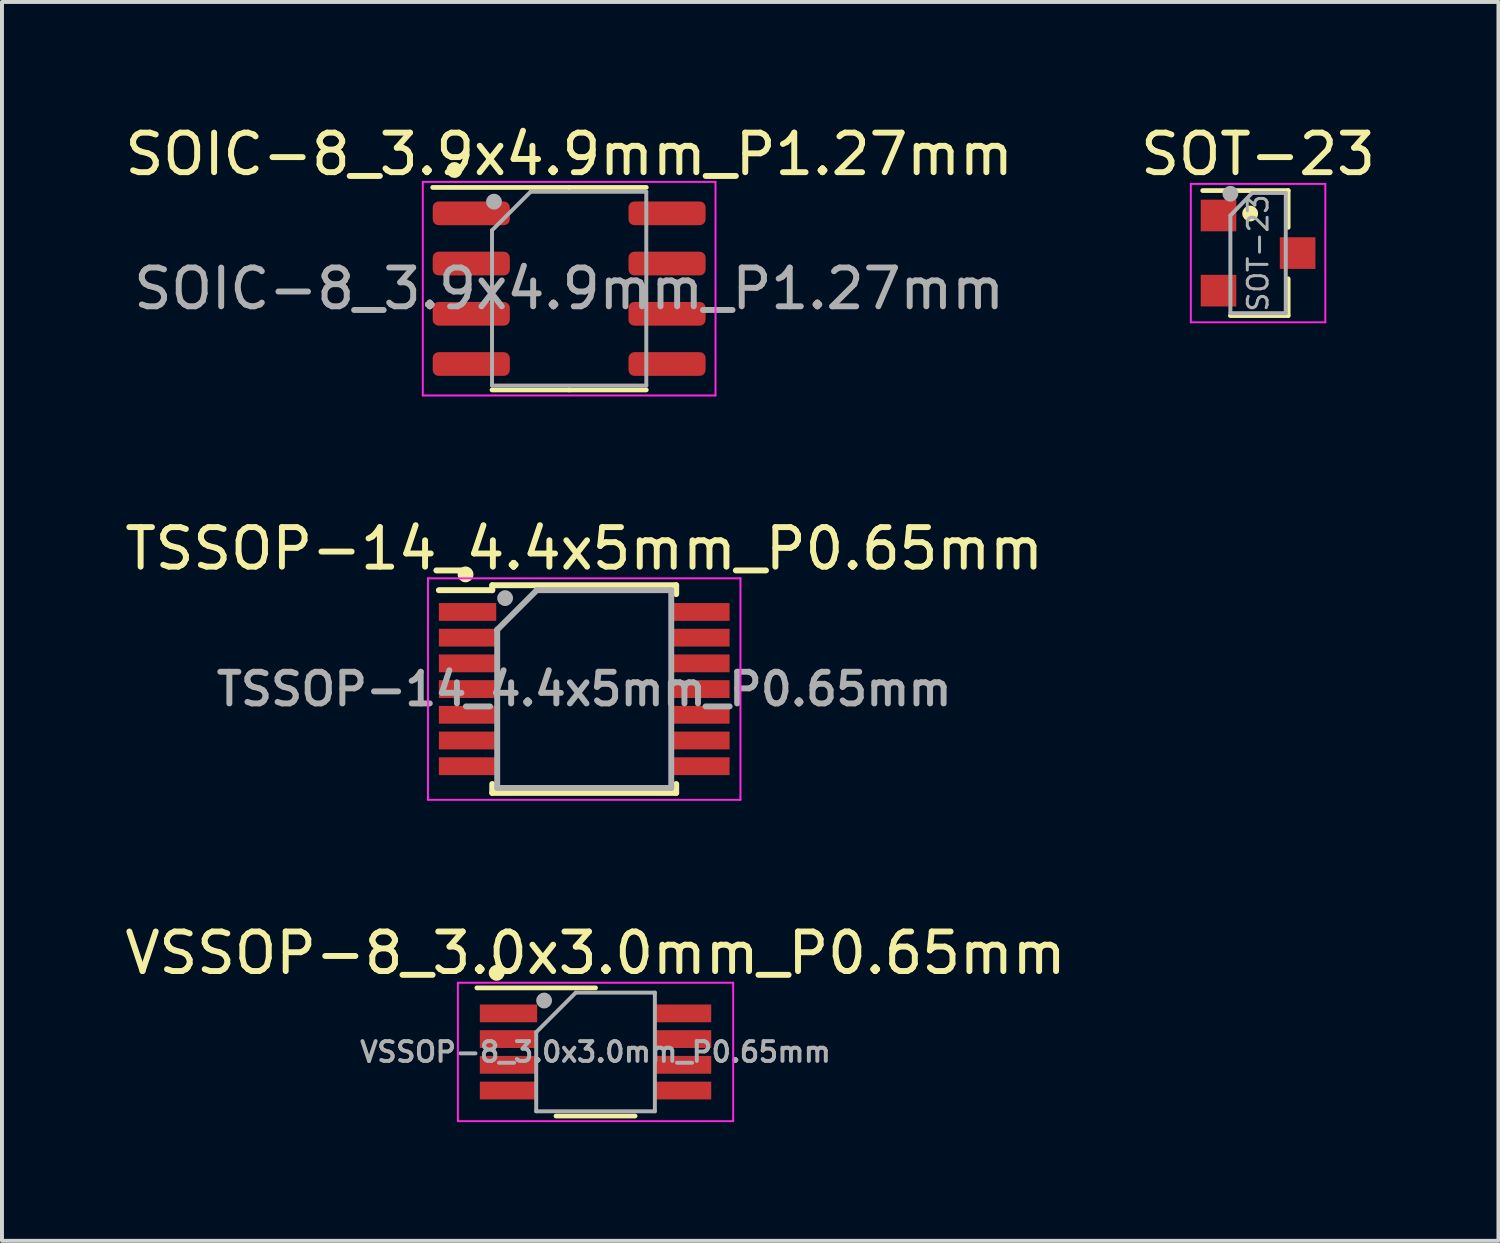
<source format=kicad_pcb>
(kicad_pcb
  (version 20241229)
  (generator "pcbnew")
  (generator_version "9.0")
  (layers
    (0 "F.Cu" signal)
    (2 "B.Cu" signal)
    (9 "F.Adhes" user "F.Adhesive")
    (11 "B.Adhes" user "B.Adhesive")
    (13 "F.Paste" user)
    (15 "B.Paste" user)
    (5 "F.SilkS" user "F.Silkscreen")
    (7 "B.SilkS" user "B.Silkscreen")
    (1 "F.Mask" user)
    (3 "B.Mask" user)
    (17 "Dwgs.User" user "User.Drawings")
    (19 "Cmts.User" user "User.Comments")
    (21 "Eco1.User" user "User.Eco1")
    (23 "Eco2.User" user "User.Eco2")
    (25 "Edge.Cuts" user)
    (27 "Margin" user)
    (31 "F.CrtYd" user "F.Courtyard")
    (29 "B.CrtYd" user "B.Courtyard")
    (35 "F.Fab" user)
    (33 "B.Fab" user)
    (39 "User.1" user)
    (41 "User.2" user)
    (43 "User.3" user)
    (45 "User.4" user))
  (footprint "SOT-23"
    (layer "F.Cu")
    (at 28.756 3.348)
    (property "Reference" "SOT-23" (at 0 -2.5 0) (layer "F.SilkS") (effects (font (size 1 1) (thickness 0.15))))
    (attr smd)
    (fp_line (start 0.76 -1.58) (end -1.4 -1.58) (stroke (width 0.12) (type solid)) (layer "F.SilkS"))
    (fp_line (start 0.76 -1.58) (end 0.76 -0.65) (stroke (width 0.12) (type solid)) (layer "F.SilkS"))
    (fp_line (start 0.76 1.58) (end -0.7 1.58) (stroke (width 0.12) (type solid)) (layer "F.SilkS"))
    (fp_line (start 0.76 1.58) (end 0.76 0.65) (stroke (width 0.12) (type solid)) (layer "F.SilkS"))
    (fp_circle (center -0.2 -1) (end -0.1 -1) (stroke (width 0.2) (type solid)) (fill no) (layer "F.SilkS"))
    (fp_line (start -1.7 -1.75) (end 1.7 -1.75) (stroke (width 0.05) (type solid)) (layer "F.CrtYd"))
    (fp_line (start -1.7 1.75) (end -1.7 -1.75) (stroke (width 0.05) (type solid)) (layer "F.CrtYd"))
    (fp_line (start 1.7 -1.75) (end 1.7 1.75) (stroke (width 0.05) (type solid)) (layer "F.CrtYd"))
    (fp_line (start 1.7 1.75) (end -1.7 1.75) (stroke (width 0.05) (type solid)) (layer "F.CrtYd"))
    (fp_line (start -0.7 -0.95) (end -0.7 1.5) (stroke (width 0.1) (type solid)) (layer "F.Fab"))
    (fp_line (start -0.7 -0.95) (end -0.15 -1.52) (stroke (width 0.1) (type solid)) (layer "F.Fab"))
    (fp_line (start -0.7 1.52) (end 0.7 1.52) (stroke (width 0.1) (type solid)) (layer "F.Fab"))
    (fp_line (start -0.15 -1.52) (end 0.7 -1.52) (stroke (width 0.1) (type solid)) (layer "F.Fab"))
    (fp_line (start 0.7 -1.52) (end 0.7 1.52) (stroke (width 0.1) (type solid)) (layer "F.Fab"))
    (fp_circle (center -0.7 -1.5) (end -0.6 -1.5) (stroke (width 0.2) (type solid)) (fill no) (layer "F.Fab"))
    (fp_text user "${REFERENCE}" (at 0 0 90) (layer "F.Fab") (effects (font (size 0.5 0.5) (thickness 0.075))))
    (pad "1" smd rect (at -1 -0.95) (size 0.9 0.8) (layers "F.Cu" "F.Mask" "F.Paste"))
    (pad "2" smd rect (at -1 0.95) (size 0.9 0.8) (layers "F.Cu" "F.Mask" "F.Paste"))
    (pad "3" smd rect (at 1 0) (size 0.9 0.8) (layers "F.Cu" "F.Mask" "F.Paste")))
  (footprint "VSSOP-8_3.0x3.0mm_P0.65mm"
    (layer "F.Cu")
    (at 12.006 23.545)
    (property "Reference" "VSSOP-8_3.0x3.0mm_P0.65mm" (at 0 -2.5 0) (layer "F.SilkS") (effects (font (size 1 1) (thickness 0.15))))
    (attr smd)
    (fp_line (start 0 -1.62) (end -3 -1.62) (stroke (width 0.12) (type solid)) (layer "F.SilkS"))
    (fp_line (start 1 1.62) (end -1 1.62) (stroke (width 0.12) (type solid)) (layer "F.SilkS"))
    (fp_circle (center -2.5 -2) (end -2.4 -2) (stroke (width 0.2) (type solid)) (fill no) (layer "F.SilkS"))
    (fp_line (start -3.48 -1.75) (end 3.48 -1.75) (stroke (width 0.05) (type solid)) (layer "F.CrtYd"))
    (fp_line (start -3.48 1.75) (end -3.48 -1.75) (stroke (width 0.05) (type solid)) (layer "F.CrtYd"))
    (fp_line (start 3.48 -1.75) (end 3.48 1.75) (stroke (width 0.05) (type solid)) (layer "F.CrtYd"))
    (fp_line (start 3.48 1.75) (end -3.48 1.75) (stroke (width 0.05) (type solid)) (layer "F.CrtYd"))
    (fp_line (start -1.5 1.5) (end -1.5 -0.5) (stroke (width 0.1) (type solid)) (layer "F.Fab"))
    (fp_line (start -0.5 -1.5) (end -1.5 -0.5) (stroke (width 0.1) (type solid)) (layer "F.Fab"))
    (fp_line (start -0.5 -1.5) (end 1.5 -1.5) (stroke (width 0.1) (type solid)) (layer "F.Fab"))
    (fp_line (start 1.5 -1.5) (end 1.5 1.5) (stroke (width 0.1) (type solid)) (layer "F.Fab"))
    (fp_line (start 1.5 1.5) (end -1.5 1.5) (stroke (width 0.1) (type solid)) (layer "F.Fab"))
    (fp_circle (center -1.3 -1.3) (end -1.2 -1.3) (stroke (width 0.2) (type solid)) (fill no) (layer "F.Fab"))
    (fp_text user "${REFERENCE}" (at 0 0 0) (layer "F.Fab") (effects (font (size 0.5 0.5) (thickness 0.1))))
    (pad "1" smd rect (at -2.2 -0.975 270) (size 0.45 1.45) (layers "F.Cu" "F.Mask" "F.Paste"))
    (pad "2" smd rect (at -2.2 -0.325 270) (size 0.45 1.45) (layers "F.Cu" "F.Mask" "F.Paste"))
    (pad "3" smd rect (at -2.2 0.325 270) (size 0.45 1.45) (layers "F.Cu" "F.Mask" "F.Paste"))
    (pad "4" smd rect (at -2.2 0.975 270) (size 0.45 1.45) (layers "F.Cu" "F.Mask" "F.Paste"))
    (pad "5" smd rect (at 2.2 0.975 270) (size 0.45 1.45) (layers "F.Cu" "F.Mask" "F.Paste"))
    (pad "6" smd rect (at 2.2 0.325 270) (size 0.45 1.45) (layers "F.Cu" "F.Mask" "F.Paste"))
    (pad "7" smd rect (at 2.2 -0.325 270) (size 0.45 1.45) (layers "F.Cu" "F.Mask" "F.Paste"))
    (pad "8" smd rect (at 2.2 -0.975 270) (size 0.45 1.45) (layers "F.Cu" "F.Mask" "F.Paste")))
  (footprint "TSSOP-14_4.4x5mm_P0.65mm"
    (layer "F.Cu")
    (at 11.72 14.371)
    (property "Reference" "TSSOP-14_4.4x5mm_P0.65mm" (at 0 -3.55 0) (layer "F.SilkS") (effects (font (size 1 1) (thickness 0.15))))
    (attr smd)
    (fp_line (start -2.325 -2.625) (end -2.325 -2.5) (stroke (width 0.15) (type solid)) (layer "F.SilkS"))
    (fp_line (start -2.325 -2.625) (end 2.325 -2.625) (stroke (width 0.15) (type solid)) (layer "F.SilkS"))
    (fp_line (start -2.325 -2.5) (end -3.675 -2.5) (stroke (width 0.15) (type solid)) (layer "F.SilkS"))
    (fp_line (start -2.325 2.625) (end -2.325 2.4) (stroke (width 0.15) (type solid)) (layer "F.SilkS"))
    (fp_line (start -2.325 2.625) (end 2.325 2.625) (stroke (width 0.15) (type solid)) (layer "F.SilkS"))
    (fp_line (start 2.325 -2.625) (end 2.325 -2.4) (stroke (width 0.15) (type solid)) (layer "F.SilkS"))
    (fp_line (start 2.325 2.625) (end 2.325 2.4) (stroke (width 0.15) (type solid)) (layer "F.SilkS"))
    (fp_circle (center -3 -2.9) (end -2.9 -2.9) (stroke (width 0.2) (type solid)) (fill no) (layer "F.SilkS"))
    (fp_line (start -3.95 -2.8) (end -3.95 2.8) (stroke (width 0.05) (type solid)) (layer "F.CrtYd"))
    (fp_line (start -3.95 -2.8) (end 3.95 -2.8) (stroke (width 0.05) (type solid)) (layer "F.CrtYd"))
    (fp_line (start -3.95 2.8) (end 3.95 2.8) (stroke (width 0.05) (type solid)) (layer "F.CrtYd"))
    (fp_line (start 3.95 -2.8) (end 3.95 2.8) (stroke (width 0.05) (type solid)) (layer "F.CrtYd"))
    (fp_line (start -2.2 -1.5) (end -1.2 -2.5) (stroke (width 0.15) (type solid)) (layer "F.Fab"))
    (fp_line (start -2.2 2.5) (end -2.2 -1.5) (stroke (width 0.15) (type solid)) (layer "F.Fab"))
    (fp_line (start -1.2 -2.5) (end 2.2 -2.5) (stroke (width 0.15) (type solid)) (layer "F.Fab"))
    (fp_line (start 2.2 -2.5) (end 2.2 2.5) (stroke (width 0.15) (type solid)) (layer "F.Fab"))
    (fp_line (start 2.2 2.5) (end -2.2 2.5) (stroke (width 0.15) (type solid)) (layer "F.Fab"))
    (fp_circle (center -2 -2.3) (end -1.9 -2.3) (stroke (width 0.2) (type solid)) (fill no) (layer "F.Fab"))
    (fp_text user "${REFERENCE}" (at 0 0 0) (layer "F.Fab") (effects (font (size 0.8 0.8) (thickness 0.15))))
    (pad "1" smd rect (at -2.95 -1.95) (size 1.45 0.45) (layers "F.Cu" "F.Mask" "F.Paste"))
    (pad "2" smd rect (at -2.95 -1.3) (size 1.45 0.45) (layers "F.Cu" "F.Mask" "F.Paste"))
    (pad "3" smd rect (at -2.95 -0.65) (size 1.45 0.45) (layers "F.Cu" "F.Mask" "F.Paste"))
    (pad "4" smd rect (at -2.95 0) (size 1.45 0.45) (layers "F.Cu" "F.Mask" "F.Paste"))
    (pad "5" smd rect (at -2.95 0.65) (size 1.45 0.45) (layers "F.Cu" "F.Mask" "F.Paste"))
    (pad "6" smd rect (at -2.95 1.3) (size 1.45 0.45) (layers "F.Cu" "F.Mask" "F.Paste"))
    (pad "7" smd rect (at -2.95 1.95) (size 1.45 0.45) (layers "F.Cu" "F.Mask" "F.Paste"))
    (pad "8" smd rect (at 2.95 1.95) (size 1.45 0.45) (layers "F.Cu" "F.Mask" "F.Paste"))
    (pad "9" smd rect (at 2.95 1.3) (size 1.45 0.45) (layers "F.Cu" "F.Mask" "F.Paste"))
    (pad "10" smd rect (at 2.95 0.65) (size 1.45 0.45) (layers "F.Cu" "F.Mask" "F.Paste"))
    (pad "11" smd rect (at 2.95 0) (size 1.45 0.45) (layers "F.Cu" "F.Mask" "F.Paste"))
    (pad "12" smd rect (at 2.95 -0.65) (size 1.45 0.45) (layers "F.Cu" "F.Mask" "F.Paste"))
    (pad "13" smd rect (at 2.95 -1.3) (size 1.45 0.45) (layers "F.Cu" "F.Mask" "F.Paste"))
    (pad "14" smd rect (at 2.95 -1.95) (size 1.45 0.45) (layers "F.Cu" "F.Mask" "F.Paste")))
  (footprint "SOIC-8_3.9x4.9mm_P1.27mm"
    (layer "F.Cu")
    (at 11.339 4.248)
    (property "Reference" "SOIC-8_3.9x4.9mm_P1.27mm" (at 0 -3.4 0) (layer "F.SilkS") (effects (font (size 1 1) (thickness 0.15))))
    (attr smd)
    (fp_line (start 0 -2.56) (end -3.45 -2.56) (stroke (width 0.12) (type solid)) (layer "F.SilkS"))
    (fp_line (start 0 -2.56) (end 1.95 -2.56) (stroke (width 0.12) (type solid)) (layer "F.SilkS"))
    (fp_line (start 0 2.56) (end -1.95 2.56) (stroke (width 0.12) (type solid)) (layer "F.SilkS"))
    (fp_line (start 0 2.56) (end 1.95 2.56) (stroke (width 0.12) (type solid)) (layer "F.SilkS"))
    (fp_circle (center -2.9 -3) (end -2.8 -3) (stroke (width 0.2) (type solid)) (fill no) (layer "F.SilkS"))
    (fp_line (start -3.7 -2.7) (end -3.7 2.7) (stroke (width 0.05) (type solid)) (layer "F.CrtYd"))
    (fp_line (start -3.7 2.7) (end 3.7 2.7) (stroke (width 0.05) (type solid)) (layer "F.CrtYd"))
    (fp_line (start 3.7 -2.7) (end -3.7 -2.7) (stroke (width 0.05) (type solid)) (layer "F.CrtYd"))
    (fp_line (start 3.7 2.7) (end 3.7 -2.7) (stroke (width 0.05) (type solid)) (layer "F.CrtYd"))
    (fp_line (start -1.95 -1.475) (end -0.975 -2.45) (stroke (width 0.1) (type solid)) (layer "F.Fab"))
    (fp_line (start -1.95 2.45) (end -1.95 -1.475) (stroke (width 0.1) (type solid)) (layer "F.Fab"))
    (fp_line (start -0.975 -2.45) (end 1.95 -2.45) (stroke (width 0.1) (type solid)) (layer "F.Fab"))
    (fp_line (start 1.95 -2.45) (end 1.95 2.45) (stroke (width 0.1) (type solid)) (layer "F.Fab"))
    (fp_line (start 1.95 2.45) (end -1.95 2.45) (stroke (width 0.1) (type solid)) (layer "F.Fab"))
    (fp_circle (center -1.9 -2.2) (end -1.8 -2.2) (stroke (width 0.2) (type solid)) (fill no) (layer "F.Fab"))
    (fp_text user "${REFERENCE}" (at 0 0 0) (layer "F.Fab") (effects (font (size 0.98 0.98) (thickness 0.15))))
    (pad "1" smd roundrect (at -2.475 -1.905) (size 1.95 0.6) (layers "F.Cu" "F.Mask" "F.Paste") (roundrect_rratio 0.25))
    (pad "2" smd roundrect (at -2.475 -0.635) (size 1.95 0.6) (layers "F.Cu" "F.Mask" "F.Paste") (roundrect_rratio 0.25))
    (pad "3" smd roundrect (at -2.475 0.635) (size 1.95 0.6) (layers "F.Cu" "F.Mask" "F.Paste") (roundrect_rratio 0.25))
    (pad "4" smd roundrect (at -2.475 1.905) (size 1.95 0.6) (layers "F.Cu" "F.Mask" "F.Paste") (roundrect_rratio 0.25))
    (pad "5" smd roundrect (at 2.475 1.905) (size 1.95 0.6) (layers "F.Cu" "F.Mask" "F.Paste") (roundrect_rratio 0.25))
    (pad "6" smd roundrect (at 2.475 0.635) (size 1.95 0.6) (layers "F.Cu" "F.Mask" "F.Paste") (roundrect_rratio 0.25))
    (pad "7" smd roundrect (at 2.475 -0.635) (size 1.95 0.6) (layers "F.Cu" "F.Mask" "F.Paste") (roundrect_rratio 0.25))
    (pad "8" smd roundrect (at 2.475 -1.905) (size 1.95 0.6) (layers "F.Cu" "F.Mask" "F.Paste") (roundrect_rratio 0.25)))
  (gr_rect
    (start -3 -3)
    (end 34.833 28.32)
    (stroke (width 0.1) (type default))
    (fill no)
    (layer "Edge.Cuts")))
</source>
